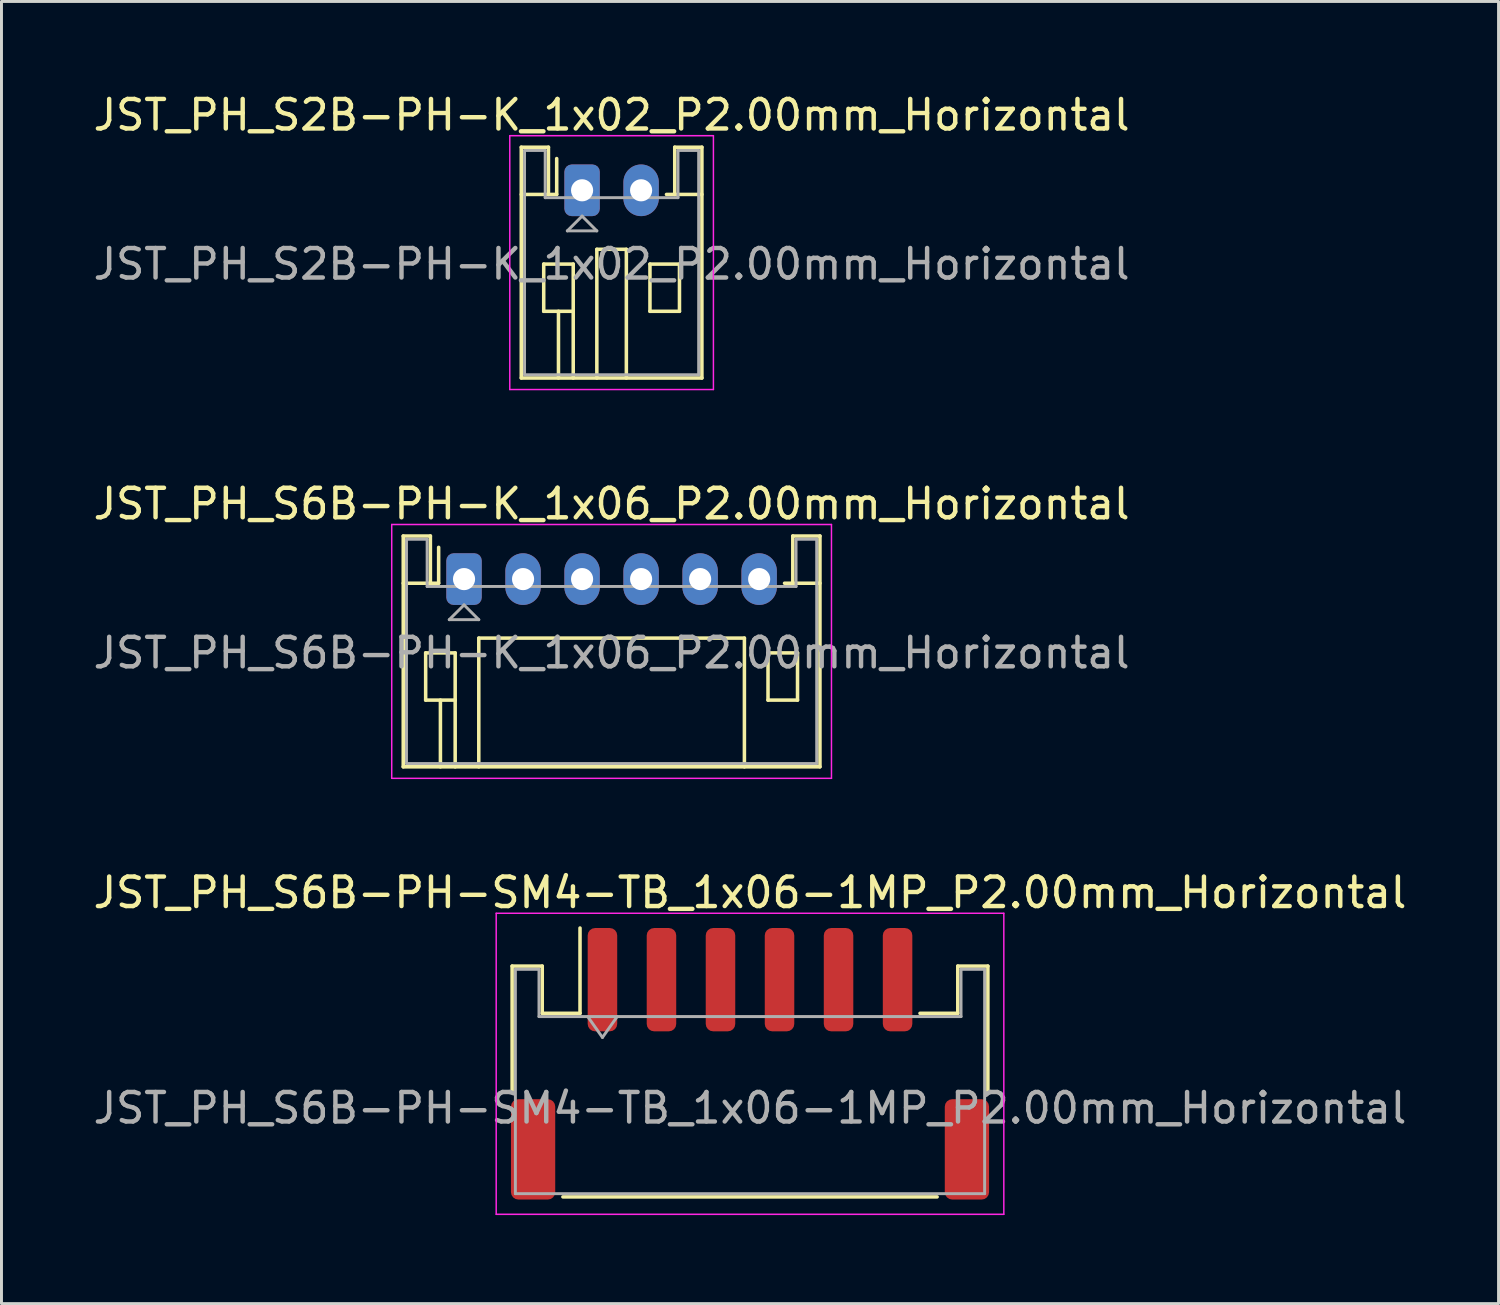
<source format=kicad_pcb>
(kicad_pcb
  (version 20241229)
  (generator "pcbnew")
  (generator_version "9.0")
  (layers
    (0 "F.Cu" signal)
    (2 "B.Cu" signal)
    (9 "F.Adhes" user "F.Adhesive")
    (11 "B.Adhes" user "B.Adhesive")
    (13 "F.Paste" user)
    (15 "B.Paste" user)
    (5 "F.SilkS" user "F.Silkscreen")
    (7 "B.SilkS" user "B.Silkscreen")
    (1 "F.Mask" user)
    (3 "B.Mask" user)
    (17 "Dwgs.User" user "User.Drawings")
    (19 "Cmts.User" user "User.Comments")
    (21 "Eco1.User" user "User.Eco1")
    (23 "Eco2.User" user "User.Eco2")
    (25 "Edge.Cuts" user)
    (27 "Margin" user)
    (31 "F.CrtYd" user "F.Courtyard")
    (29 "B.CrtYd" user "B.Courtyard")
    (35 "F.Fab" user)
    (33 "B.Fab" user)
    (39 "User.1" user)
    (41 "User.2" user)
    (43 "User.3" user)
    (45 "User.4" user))
  (footprint "JST_PH_S2B-PH-K_1x02_P2.00mm_Horizontal"
    (layer "F.Cu")
    (at 16.673 3.398)
    (property "Reference" "JST_PH_S2B-PH-K_1x02_P2.00mm_Horizontal" (at 1 -2.55 0) (layer "F.SilkS") (effects (font (size 1 1) (thickness 0.15))))
    (attr through_hole)
    (fp_line (start -2.06 -1.46) (end -2.06 6.36) (stroke (width 0.12) (type solid)) (layer "F.SilkS"))
    (fp_line (start -2.06 0.14) (end -1.14 0.14) (stroke (width 0.12) (type solid)) (layer "F.SilkS"))
    (fp_line (start -2.06 6.36) (end 4.06 6.36) (stroke (width 0.12) (type solid)) (layer "F.SilkS"))
    (fp_line (start -1.3 2.5) (end -1.3 4.1) (stroke (width 0.12) (type solid)) (layer "F.SilkS"))
    (fp_line (start -1.3 4.1) (end -0.3 4.1) (stroke (width 0.12) (type solid)) (layer "F.SilkS"))
    (fp_line (start -1.14 -1.46) (end -2.06 -1.46) (stroke (width 0.12) (type solid)) (layer "F.SilkS"))
    (fp_line (start -1.14 0.14) (end -1.14 -1.46) (stroke (width 0.12) (type solid)) (layer "F.SilkS"))
    (fp_line (start -0.86 0.14) (end -1.14 0.14) (stroke (width 0.12) (type solid)) (layer "F.SilkS"))
    (fp_line (start -0.86 0.14) (end -0.86 -1.075) (stroke (width 0.12) (type solid)) (layer "F.SilkS"))
    (fp_line (start -0.8 4.1) (end -0.8 6.36) (stroke (width 0.12) (type solid)) (layer "F.SilkS"))
    (fp_line (start -0.3 2.5) (end -1.3 2.5) (stroke (width 0.12) (type solid)) (layer "F.SilkS"))
    (fp_line (start -0.3 4.1) (end -0.3 2.5) (stroke (width 0.12) (type solid)) (layer "F.SilkS"))
    (fp_line (start -0.3 4.1) (end -0.3 6.36) (stroke (width 0.12) (type solid)) (layer "F.SilkS"))
    (fp_line (start 0.5 2) (end 1.5 2) (stroke (width 0.12) (type solid)) (layer "F.SilkS"))
    (fp_line (start 0.5 6.36) (end 0.5 2) (stroke (width 0.12) (type solid)) (layer "F.SilkS"))
    (fp_line (start 1.5 2) (end 1.5 6.36) (stroke (width 0.12) (type solid)) (layer "F.SilkS"))
    (fp_line (start 2.3 2.5) (end 3.3 2.5) (stroke (width 0.12) (type solid)) (layer "F.SilkS"))
    (fp_line (start 2.3 4.1) (end 2.3 2.5) (stroke (width 0.12) (type solid)) (layer "F.SilkS"))
    (fp_line (start 3.14 -1.46) (end 3.14 0.14) (stroke (width 0.12) (type solid)) (layer "F.SilkS"))
    (fp_line (start 3.14 0.14) (end 2.86 0.14) (stroke (width 0.12) (type solid)) (layer "F.SilkS"))
    (fp_line (start 3.3 2.5) (end 3.3 4.1) (stroke (width 0.12) (type solid)) (layer "F.SilkS"))
    (fp_line (start 3.3 4.1) (end 2.3 4.1) (stroke (width 0.12) (type solid)) (layer "F.SilkS"))
    (fp_line (start 4.06 -1.46) (end 3.14 -1.46) (stroke (width 0.12) (type solid)) (layer "F.SilkS"))
    (fp_line (start 4.06 0.14) (end 3.14 0.14) (stroke (width 0.12) (type solid)) (layer "F.SilkS"))
    (fp_line (start 4.06 6.36) (end 4.06 -1.46) (stroke (width 0.12) (type solid)) (layer "F.SilkS"))
    (fp_line (start -2.45 -1.85) (end -2.45 6.75) (stroke (width 0.05) (type solid)) (layer "F.CrtYd"))
    (fp_line (start -2.45 6.75) (end 4.45 6.75) (stroke (width 0.05) (type solid)) (layer "F.CrtYd"))
    (fp_line (start 4.45 -1.85) (end -2.45 -1.85) (stroke (width 0.05) (type solid)) (layer "F.CrtYd"))
    (fp_line (start 4.45 6.75) (end 4.45 -1.85) (stroke (width 0.05) (type solid)) (layer "F.CrtYd"))
    (fp_line (start -1.95 -1.35) (end -1.95 6.25) (stroke (width 0.1) (type solid)) (layer "F.Fab"))
    (fp_line (start -1.95 6.25) (end 3.95 6.25) (stroke (width 0.1) (type solid)) (layer "F.Fab"))
    (fp_line (start -1.25 -1.35) (end -1.95 -1.35) (stroke (width 0.1) (type solid)) (layer "F.Fab"))
    (fp_line (start -1.25 0.25) (end -1.25 -1.35) (stroke (width 0.1) (type solid)) (layer "F.Fab"))
    (fp_line (start -0.5 1.375) (end 0.5 1.375) (stroke (width 0.1) (type solid)) (layer "F.Fab"))
    (fp_line (start 0 0.875) (end -0.5 1.375) (stroke (width 0.1) (type solid)) (layer "F.Fab"))
    (fp_line (start 0.5 1.375) (end 0 0.875) (stroke (width 0.1) (type solid)) (layer "F.Fab"))
    (fp_line (start 3.25 -1.35) (end 3.25 0.25) (stroke (width 0.1) (type solid)) (layer "F.Fab"))
    (fp_line (start 3.25 0.25) (end -1.25 0.25) (stroke (width 0.1) (type solid)) (layer "F.Fab"))
    (fp_line (start 3.95 -1.35) (end 3.25 -1.35) (stroke (width 0.1) (type solid)) (layer "F.Fab"))
    (fp_line (start 3.95 6.25) (end 3.95 -1.35) (stroke (width 0.1) (type solid)) (layer "F.Fab"))
    (fp_text user "${REFERENCE}" (at 1 2.5 0) (layer "F.Fab") (effects (font (size 1 1) (thickness 0.15))))
    (pad "1" thru_hole roundrect (at 0 0) (size 1.2 1.75) (drill 0.75) (layers "*.Cu" "*.Mask") (roundrect_rratio 0.208))
    (pad "2" thru_hole oval (at 2 0) (size 1.2 1.75) (drill 0.75) (layers "*.Cu" "*.Mask")))
  (footprint "JST_PH_S6B-PH-SM4-TB_1x06-1MP_P2.00mm_Horizontal"
    (layer "F.Cu")
    (at 22.363 32.995)
    (property "Reference" "JST_PH_S6B-PH-SM4-TB_1x06-1MP_P2.00mm_Horizontal" (at 0 -5.8 0) (layer "F.SilkS") (effects (font (size 1 1) (thickness 0.15))))
    (attr smd)
    (fp_line (start -8.06 -3.31) (end -7.04 -3.31) (stroke (width 0.12) (type solid)) (layer "F.SilkS"))
    (fp_line (start -8.06 0.94) (end -8.06 -3.31) (stroke (width 0.12) (type solid)) (layer "F.SilkS"))
    (fp_line (start -7.04 -3.31) (end -7.04 -1.71) (stroke (width 0.12) (type solid)) (layer "F.SilkS"))
    (fp_line (start -7.04 -1.71) (end -5.76 -1.71) (stroke (width 0.12) (type solid)) (layer "F.SilkS"))
    (fp_line (start -6.34 4.51) (end 6.34 4.51) (stroke (width 0.12) (type solid)) (layer "F.SilkS"))
    (fp_line (start -5.76 -1.71) (end -5.76 -4.6) (stroke (width 0.12) (type solid)) (layer "F.SilkS"))
    (fp_line (start 7.04 -3.31) (end 7.04 -1.71) (stroke (width 0.12) (type solid)) (layer "F.SilkS"))
    (fp_line (start 7.04 -1.71) (end 5.76 -1.71) (stroke (width 0.12) (type solid)) (layer "F.SilkS"))
    (fp_line (start 8.06 -3.31) (end 7.04 -3.31) (stroke (width 0.12) (type solid)) (layer "F.SilkS"))
    (fp_line (start 8.06 0.94) (end 8.06 -3.31) (stroke (width 0.12) (type solid)) (layer "F.SilkS"))
    (fp_line (start -8.6 -5.1) (end -8.6 5.1) (stroke (width 0.05) (type solid)) (layer "F.CrtYd"))
    (fp_line (start -8.6 5.1) (end 8.6 5.1) (stroke (width 0.05) (type solid)) (layer "F.CrtYd"))
    (fp_line (start 8.6 -5.1) (end -8.6 -5.1) (stroke (width 0.05) (type solid)) (layer "F.CrtYd"))
    (fp_line (start 8.6 5.1) (end 8.6 -5.1) (stroke (width 0.05) (type solid)) (layer "F.CrtYd"))
    (fp_line (start -7.95 -3.2) (end -7.95 4.4) (stroke (width 0.1) (type solid)) (layer "F.Fab"))
    (fp_line (start -7.95 -3.2) (end -7.15 -3.2) (stroke (width 0.1) (type solid)) (layer "F.Fab"))
    (fp_line (start -7.95 4.4) (end 7.95 4.4) (stroke (width 0.1) (type solid)) (layer "F.Fab"))
    (fp_line (start -7.15 -3.2) (end -7.15 -1.6) (stroke (width 0.1) (type solid)) (layer "F.Fab"))
    (fp_line (start -7.15 -1.6) (end 7.15 -1.6) (stroke (width 0.1) (type solid)) (layer "F.Fab"))
    (fp_line (start -5.5 -1.6) (end -5 -0.893) (stroke (width 0.1) (type solid)) (layer "F.Fab"))
    (fp_line (start -5 -0.893) (end -4.5 -1.6) (stroke (width 0.1) (type solid)) (layer "F.Fab"))
    (fp_line (start 7.15 -3.2) (end 7.95 -3.2) (stroke (width 0.1) (type solid)) (layer "F.Fab"))
    (fp_line (start 7.15 -1.6) (end 7.15 -3.2) (stroke (width 0.1) (type solid)) (layer "F.Fab"))
    (fp_line (start 7.95 -3.2) (end 7.95 4.4) (stroke (width 0.1) (type solid)) (layer "F.Fab"))
    (fp_text user "${REFERENCE}" (at 0 1.5 0) (layer "F.Fab") (effects (font (size 1 1) (thickness 0.15))))
    (pad "1" smd roundrect (at -5 -2.85) (size 1 3.5) (layers "F.Cu" "F.Mask" "F.Paste") (roundrect_rratio 0.25))
    (pad "2" smd roundrect (at -3 -2.85) (size 1 3.5) (layers "F.Cu" "F.Mask" "F.Paste") (roundrect_rratio 0.25))
    (pad "3" smd roundrect (at -1 -2.85) (size 1 3.5) (layers "F.Cu" "F.Mask" "F.Paste") (roundrect_rratio 0.25))
    (pad "4" smd roundrect (at 1 -2.85) (size 1 3.5) (layers "F.Cu" "F.Mask" "F.Paste") (roundrect_rratio 0.25))
    (pad "5" smd roundrect (at 3 -2.85) (size 1 3.5) (layers "F.Cu" "F.Mask" "F.Paste") (roundrect_rratio 0.25))
    (pad "6" smd roundrect (at 5 -2.85) (size 1 3.5) (layers "F.Cu" "F.Mask" "F.Paste") (roundrect_rratio 0.25))
    (pad "MP" smd roundrect (at -7.35 2.9) (size 1.5 3.4) (layers "F.Cu" "F.Mask" "F.Paste") (roundrect_rratio 0.167))
    (pad "MP" smd roundrect (at 7.35 2.9) (size 1.5 3.4) (layers "F.Cu" "F.Mask" "F.Paste") (roundrect_rratio 0.167)))
  (footprint "JST_PH_S6B-PH-K_1x06_P2.00mm_Horizontal"
    (layer "F.Cu")
    (at 12.673 16.572)
    (property "Reference" "JST_PH_S6B-PH-K_1x06_P2.00mm_Horizontal" (at 5 -2.55 0) (layer "F.SilkS") (effects (font (size 1 1) (thickness 0.15))))
    (attr through_hole)
    (fp_line (start -2.06 -1.46) (end -2.06 6.36) (stroke (width 0.12) (type solid)) (layer "F.SilkS"))
    (fp_line (start -2.06 0.14) (end -1.14 0.14) (stroke (width 0.12) (type solid)) (layer "F.SilkS"))
    (fp_line (start -2.06 6.36) (end 12.06 6.36) (stroke (width 0.12) (type solid)) (layer "F.SilkS"))
    (fp_line (start -1.3 2.5) (end -1.3 4.1) (stroke (width 0.12) (type solid)) (layer "F.SilkS"))
    (fp_line (start -1.3 4.1) (end -0.3 4.1) (stroke (width 0.12) (type solid)) (layer "F.SilkS"))
    (fp_line (start -1.14 -1.46) (end -2.06 -1.46) (stroke (width 0.12) (type solid)) (layer "F.SilkS"))
    (fp_line (start -1.14 0.14) (end -1.14 -1.46) (stroke (width 0.12) (type solid)) (layer "F.SilkS"))
    (fp_line (start -0.86 0.14) (end -1.14 0.14) (stroke (width 0.12) (type solid)) (layer "F.SilkS"))
    (fp_line (start -0.86 0.14) (end -0.86 -1.075) (stroke (width 0.12) (type solid)) (layer "F.SilkS"))
    (fp_line (start -0.8 4.1) (end -0.8 6.36) (stroke (width 0.12) (type solid)) (layer "F.SilkS"))
    (fp_line (start -0.3 2.5) (end -1.3 2.5) (stroke (width 0.12) (type solid)) (layer "F.SilkS"))
    (fp_line (start -0.3 4.1) (end -0.3 2.5) (stroke (width 0.12) (type solid)) (layer "F.SilkS"))
    (fp_line (start -0.3 4.1) (end -0.3 6.36) (stroke (width 0.12) (type solid)) (layer "F.SilkS"))
    (fp_line (start 0.5 2) (end 9.5 2) (stroke (width 0.12) (type solid)) (layer "F.SilkS"))
    (fp_line (start 0.5 6.36) (end 0.5 2) (stroke (width 0.12) (type solid)) (layer "F.SilkS"))
    (fp_line (start 9.5 2) (end 9.5 6.36) (stroke (width 0.12) (type solid)) (layer "F.SilkS"))
    (fp_line (start 10.3 2.5) (end 11.3 2.5) (stroke (width 0.12) (type solid)) (layer "F.SilkS"))
    (fp_line (start 10.3 4.1) (end 10.3 2.5) (stroke (width 0.12) (type solid)) (layer "F.SilkS"))
    (fp_line (start 11.14 -1.46) (end 11.14 0.14) (stroke (width 0.12) (type solid)) (layer "F.SilkS"))
    (fp_line (start 11.14 0.14) (end 10.86 0.14) (stroke (width 0.12) (type solid)) (layer "F.SilkS"))
    (fp_line (start 11.3 2.5) (end 11.3 4.1) (stroke (width 0.12) (type solid)) (layer "F.SilkS"))
    (fp_line (start 11.3 4.1) (end 10.3 4.1) (stroke (width 0.12) (type solid)) (layer "F.SilkS"))
    (fp_line (start 12.06 -1.46) (end 11.14 -1.46) (stroke (width 0.12) (type solid)) (layer "F.SilkS"))
    (fp_line (start 12.06 0.14) (end 11.14 0.14) (stroke (width 0.12) (type solid)) (layer "F.SilkS"))
    (fp_line (start 12.06 6.36) (end 12.06 -1.46) (stroke (width 0.12) (type solid)) (layer "F.SilkS"))
    (fp_line (start -2.45 -1.85) (end -2.45 6.75) (stroke (width 0.05) (type solid)) (layer "F.CrtYd"))
    (fp_line (start -2.45 6.75) (end 12.45 6.75) (stroke (width 0.05) (type solid)) (layer "F.CrtYd"))
    (fp_line (start 12.45 -1.85) (end -2.45 -1.85) (stroke (width 0.05) (type solid)) (layer "F.CrtYd"))
    (fp_line (start 12.45 6.75) (end 12.45 -1.85) (stroke (width 0.05) (type solid)) (layer "F.CrtYd"))
    (fp_line (start -1.95 -1.35) (end -1.95 6.25) (stroke (width 0.1) (type solid)) (layer "F.Fab"))
    (fp_line (start -1.95 6.25) (end 11.95 6.25) (stroke (width 0.1) (type solid)) (layer "F.Fab"))
    (fp_line (start -1.25 -1.35) (end -1.95 -1.35) (stroke (width 0.1) (type solid)) (layer "F.Fab"))
    (fp_line (start -1.25 0.25) (end -1.25 -1.35) (stroke (width 0.1) (type solid)) (layer "F.Fab"))
    (fp_line (start -0.5 1.375) (end 0.5 1.375) (stroke (width 0.1) (type solid)) (layer "F.Fab"))
    (fp_line (start 0 0.875) (end -0.5 1.375) (stroke (width 0.1) (type solid)) (layer "F.Fab"))
    (fp_line (start 0.5 1.375) (end 0 0.875) (stroke (width 0.1) (type solid)) (layer "F.Fab"))
    (fp_line (start 11.25 -1.35) (end 11.25 0.25) (stroke (width 0.1) (type solid)) (layer "F.Fab"))
    (fp_line (start 11.25 0.25) (end -1.25 0.25) (stroke (width 0.1) (type solid)) (layer "F.Fab"))
    (fp_line (start 11.95 -1.35) (end 11.25 -1.35) (stroke (width 0.1) (type solid)) (layer "F.Fab"))
    (fp_line (start 11.95 6.25) (end 11.95 -1.35) (stroke (width 0.1) (type solid)) (layer "F.Fab"))
    (fp_text user "${REFERENCE}" (at 5 2.5 0) (layer "F.Fab") (effects (font (size 1 1) (thickness 0.15))))
    (pad "1" thru_hole roundrect (at 0 0) (size 1.2 1.75) (drill 0.75) (layers "*.Cu" "*.Mask") (roundrect_rratio 0.208))
    (pad "2" thru_hole oval (at 2 0) (size 1.2 1.75) (drill 0.75) (layers "*.Cu" "*.Mask"))
    (pad "3" thru_hole oval (at 4 0) (size 1.2 1.75) (drill 0.75) (layers "*.Cu" "*.Mask"))
    (pad "4" thru_hole oval (at 6 0) (size 1.2 1.75) (drill 0.75) (layers "*.Cu" "*.Mask"))
    (pad "5" thru_hole oval (at 8 0) (size 1.2 1.75) (drill 0.75) (layers "*.Cu" "*.Mask"))
    (pad "6" thru_hole oval (at 10 0) (size 1.2 1.75) (drill 0.75) (layers "*.Cu" "*.Mask")))
  (gr_rect
    (start -3 -3)
    (end 47.726 41.12)
    (stroke (width 0.1) (type default))
    (fill no)
    (layer "Edge.Cuts")))
</source>
